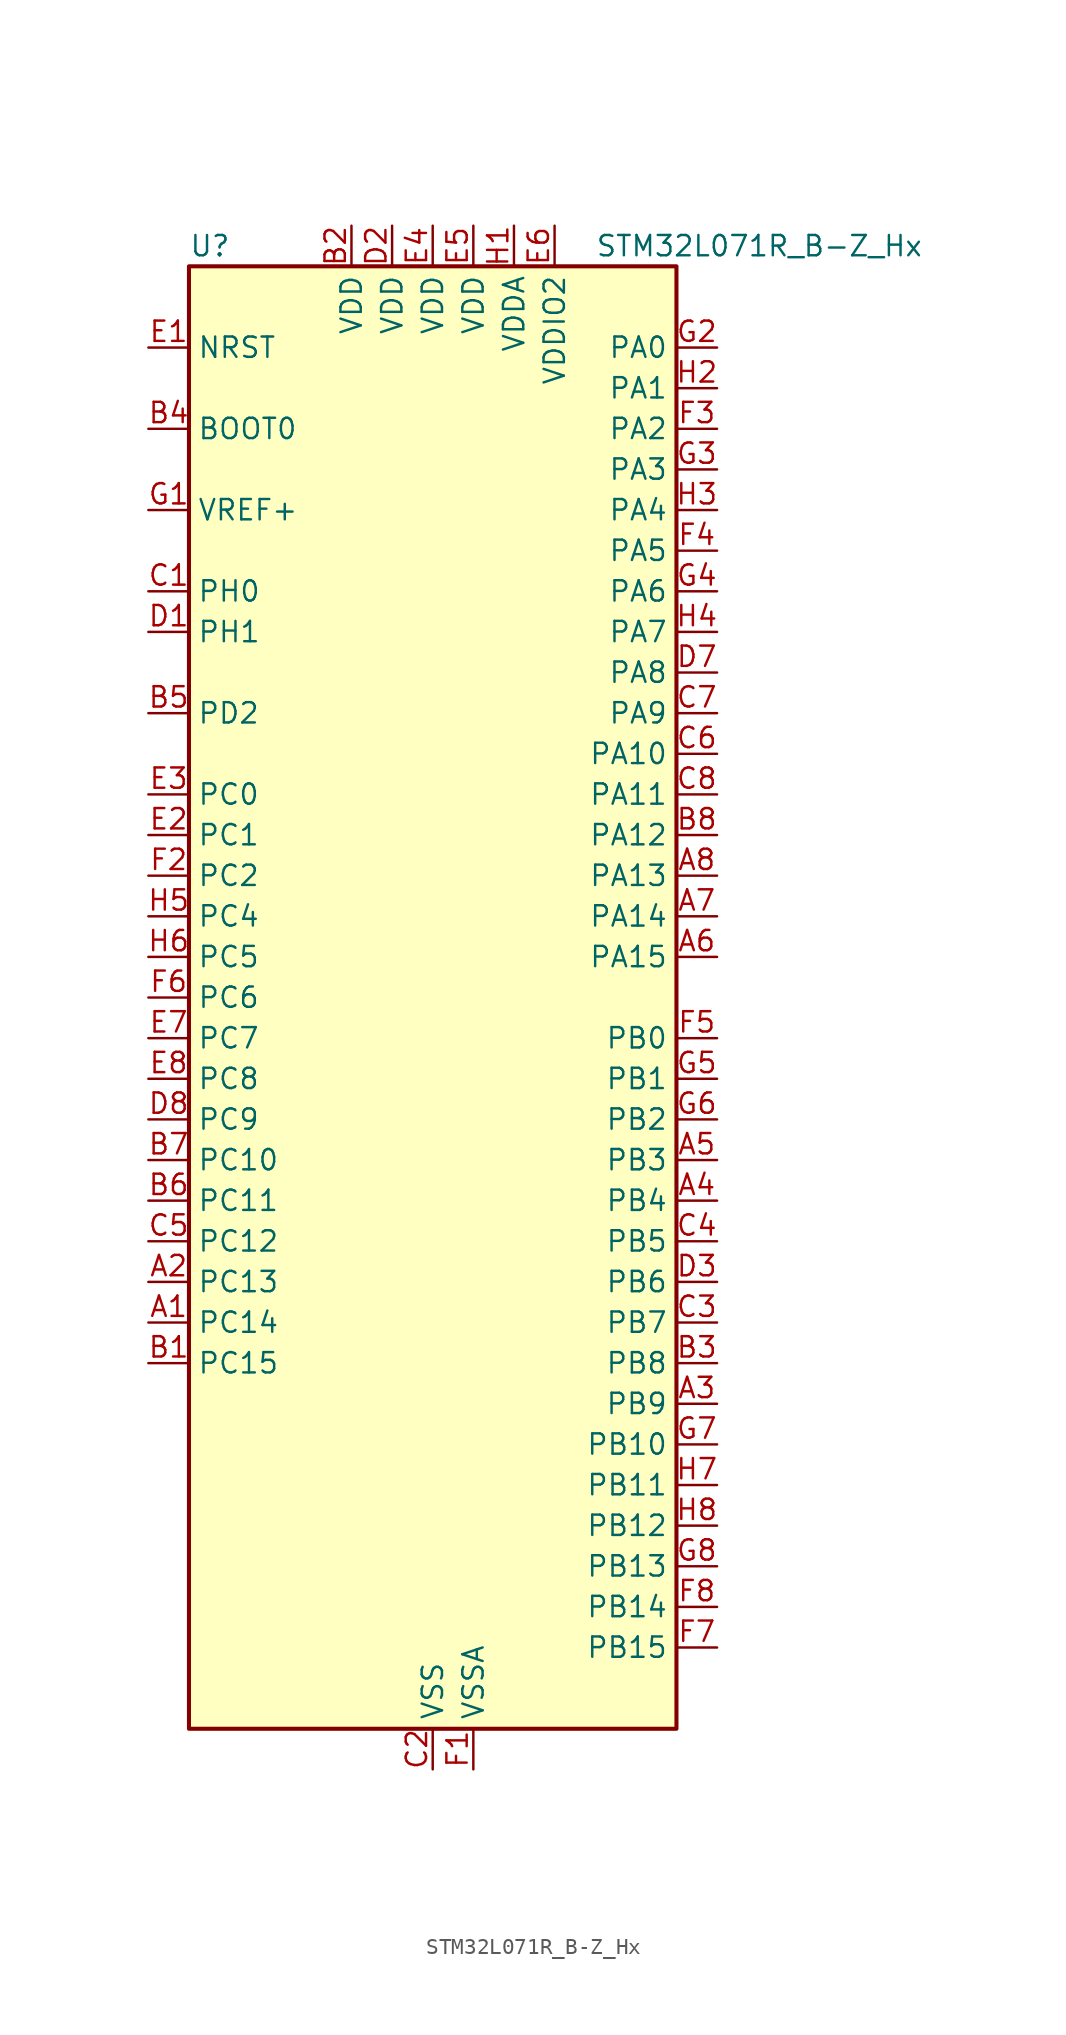
<source format=kicad_sym>
(kicad_symbol_lib
  (version 20241209)
  (generator "kicad_symbol_editor")
  (generator_version "9.0")
  (symbol "STM32L071R_B-Z_Hx"
    (property "Reference" "U"
      (at -15.24 46.99 0)
      (effects (font (size 1.27 1.27)) (justify left)))
    (property "Value" "STM32L071R_B-Z_Hx"
      (at 10.16 46.99 0)
      (effects (font (size 1.27 1.27)) (justify left)))
    (symbol "STM32L071R_B-Z_Hx_0_1"
      (rectangle (start -15.24 -45.72) (end 15.24 45.72) (stroke (width 0.254) (type default)) (fill (type background))))
    (symbol "STM32L071R_B-Z_Hx_1_1"
      (pin input line (at -17.78 40.64 0) (length 2.54) (name "NRST" (effects (font (size 1.27 1.27)))) (number "E1" (effects (font (size 1.27 1.27)))))
      (pin input line (at -17.78 35.56 0) (length 2.54) (name "BOOT0" (effects (font (size 1.27 1.27)))) (number "B4" (effects (font (size 1.27 1.27)))))
      (pin input line (at -17.78 30.48 0) (length 2.54) (name "VREF+" (effects (font (size 1.27 1.27)))) (number "G1" (effects (font (size 1.27 1.27)))))
      (pin bidirectional line (at -17.78 25.4 0) (length 2.54) (name "PH0" (effects (font (size 1.27 1.27)))) (number "C1" (effects (font (size 1.27 1.27)))) (alternate "RCC_OSC_IN" bidirectional line))
      (pin bidirectional line (at -17.78 22.86 0) (length 2.54) (name "PH1" (effects (font (size 1.27 1.27)))) (number "D1" (effects (font (size 1.27 1.27)))) (alternate "RCC_OSC_OUT" bidirectional line))
      (pin bidirectional line (at -17.78 17.78 0) (length 2.54) (name "PD2" (effects (font (size 1.27 1.27)))) (number "B5" (effects (font (size 1.27 1.27)))) (alternate "LPUART1_DE" bidirectional line) (alternate "LPUART1_RTS" bidirectional line) (alternate "TIM3_ETR" bidirectional line) (alternate "USART5_RX" bidirectional line))
      (pin bidirectional line (at -17.78 12.7 0) (length 2.54) (name "PC0" (effects (font (size 1.27 1.27)))) (number "E3" (effects (font (size 1.27 1.27)))) (alternate "ADC_IN10" bidirectional line) (alternate "I2C3_SCL" bidirectional line) (alternate "LPTIM1_IN1" bidirectional line) (alternate "LPUART1_RX" bidirectional line))
      (pin bidirectional line (at -17.78 10.16 0) (length 2.54) (name "PC1" (effects (font (size 1.27 1.27)))) (number "E2" (effects (font (size 1.27 1.27)))) (alternate "ADC_IN11" bidirectional line) (alternate "I2C3_SDA" bidirectional line) (alternate "LPTIM1_OUT" bidirectional line) (alternate "LPUART1_TX" bidirectional line))
      (pin bidirectional line (at -17.78 7.62 0) (length 2.54) (name "PC2" (effects (font (size 1.27 1.27)))) (number "F2" (effects (font (size 1.27 1.27)))) (alternate "ADC_IN12" bidirectional line) (alternate "I2S2_MCK" bidirectional line) (alternate "LPTIM1_IN2" bidirectional line) (alternate "SPI2_MISO" bidirectional line))
      (pin bidirectional line (at -17.78 5.08 0) (length 2.54) (name "PC4" (effects (font (size 1.27 1.27)))) (number "H5" (effects (font (size 1.27 1.27)))) (alternate "ADC_IN14" bidirectional line) (alternate "LPUART1_TX" bidirectional line))
      (pin bidirectional line (at -17.78 2.54 0) (length 2.54) (name "PC5" (effects (font (size 1.27 1.27)))) (number "H6" (effects (font (size 1.27 1.27)))) (alternate "ADC_IN15" bidirectional line) (alternate "LPUART1_RX" bidirectional line))
      (pin bidirectional line (at -17.78 0 0) (length 2.54) (name "PC6" (effects (font (size 1.27 1.27)))) (number "F6" (effects (font (size 1.27 1.27)))) (alternate "TIM22_CH1" bidirectional line) (alternate "TIM3_CH1" bidirectional line))
      (pin bidirectional line (at -17.78 -2.54 0) (length 2.54) (name "PC7" (effects (font (size 1.27 1.27)))) (number "E7" (effects (font (size 1.27 1.27)))) (alternate "TIM22_CH2" bidirectional line) (alternate "TIM3_CH2" bidirectional line))
      (pin bidirectional line (at -17.78 -5.08 0) (length 2.54) (name "PC8" (effects (font (size 1.27 1.27)))) (number "E8" (effects (font (size 1.27 1.27)))) (alternate "TIM22_ETR" bidirectional line) (alternate "TIM3_CH3" bidirectional line))
      (pin bidirectional line (at -17.78 -7.62 0) (length 2.54) (name "PC9" (effects (font (size 1.27 1.27)))) (number "D8" (effects (font (size 1.27 1.27)))) (alternate "I2C3_SDA" bidirectional line) (alternate "TIM21_ETR" bidirectional line) (alternate "TIM3_CH4" bidirectional line))
      (pin bidirectional line (at -17.78 -10.16 0) (length 2.54) (name "PC10" (effects (font (size 1.27 1.27)))) (number "B7" (effects (font (size 1.27 1.27)))) (alternate "LPUART1_TX" bidirectional line) (alternate "USART4_TX" bidirectional line))
      (pin bidirectional line (at -17.78 -12.7 0) (length 2.54) (name "PC11" (effects (font (size 1.27 1.27)))) (number "B6" (effects (font (size 1.27 1.27)))) (alternate "ADC_EXTI11" bidirectional line) (alternate "LPUART1_RX" bidirectional line) (alternate "USART4_RX" bidirectional line))
      (pin bidirectional line (at -17.78 -15.24 0) (length 2.54) (name "PC12" (effects (font (size 1.27 1.27)))) (number "C5" (effects (font (size 1.27 1.27)))) (alternate "USART4_CK" bidirectional line) (alternate "USART5_TX" bidirectional line))
      (pin bidirectional line (at -17.78 -17.78 0) (length 2.54) (name "PC13" (effects (font (size 1.27 1.27)))) (number "A2" (effects (font (size 1.27 1.27)))) (alternate "RTC_OUT_ALARM" bidirectional line) (alternate "RTC_OUT_CALIB" bidirectional line) (alternate "RTC_TAMP1" bidirectional line) (alternate "RTC_TS" bidirectional line) (alternate "SYS_WKUP2" bidirectional line))
      (pin bidirectional line (at -17.78 -20.32 0) (length 2.54) (name "PC14" (effects (font (size 1.27 1.27)))) (number "A1" (effects (font (size 1.27 1.27)))) (alternate "RCC_OSC32_IN" bidirectional line))
      (pin bidirectional line (at -17.78 -22.86 0) (length 2.54) (name "PC15" (effects (font (size 1.27 1.27)))) (number "B1" (effects (font (size 1.27 1.27)))) (alternate "RCC_OSC32_OUT" bidirectional line))
      (pin power_in line (at -5.08 48.26 270) (length 2.54) (name "VDD" (effects (font (size 1.27 1.27)))) (number "B2" (effects (font (size 1.27 1.27)))))
      (pin power_in line (at -2.54 48.26 270) (length 2.54) (name "VDD" (effects (font (size 1.27 1.27)))) (number "D2" (effects (font (size 1.27 1.27)))))
      (pin power_in line (at 0 48.26 270) (length 2.54) (name "VDD" (effects (font (size 1.27 1.27)))) (number "E4" (effects (font (size 1.27 1.27)))))
      (pin power_in line (at 0 -48.26 90) (length 2.54) (name "VSS" (effects (font (size 1.27 1.27)))) (number "C2" (effects (font (size 1.27 1.27)))))
      (pin passive line (at 0 -48.26 90) (length 2.54) (hide yes) (name "VSS" (effects (font (size 1.27 1.27)))) (number "D4" (effects (font (size 1.27 1.27)))))
      (pin passive line (at 0 -48.26 90) (length 2.54) (hide yes) (name "VSS" (effects (font (size 1.27 1.27)))) (number "D5" (effects (font (size 1.27 1.27)))))
      (pin passive line (at 0 -48.26 90) (length 2.54) (hide yes) (name "VSS" (effects (font (size 1.27 1.27)))) (number "D6" (effects (font (size 1.27 1.27)))))
      (pin power_in line (at 2.54 48.26 270) (length 2.54) (name "VDD" (effects (font (size 1.27 1.27)))) (number "E5" (effects (font (size 1.27 1.27)))))
      (pin power_in line (at 2.54 -48.26 90) (length 2.54) (name "VSSA" (effects (font (size 1.27 1.27)))) (number "F1" (effects (font (size 1.27 1.27)))))
      (pin power_in line (at 5.08 48.26 270) (length 2.54) (name "VDDA" (effects (font (size 1.27 1.27)))) (number "H1" (effects (font (size 1.27 1.27)))))
      (pin power_in line (at 7.62 48.26 270) (length 2.54) (name "VDDIO2" (effects (font (size 1.27 1.27)))) (number "E6" (effects (font (size 1.27 1.27)))))
      (pin bidirectional line (at 17.78 40.64 180) (length 2.54) (name "PA0" (effects (font (size 1.27 1.27)))) (number "G2" (effects (font (size 1.27 1.27)))) (alternate "ADC_IN0" bidirectional line) (alternate "COMP1_INM" bidirectional line) (alternate "COMP1_OUT" bidirectional line) (alternate "RTC_TAMP2" bidirectional line) (alternate "SYS_WKUP1" bidirectional line) (alternate "TIM2_CH1" bidirectional line) (alternate "TIM2_ETR" bidirectional line) (alternate "USART2_CTS" bidirectional line) (alternate "USART4_TX" bidirectional line))
      (pin bidirectional line (at 17.78 38.1 180) (length 2.54) (name "PA1" (effects (font (size 1.27 1.27)))) (number "H2" (effects (font (size 1.27 1.27)))) (alternate "ADC_IN1" bidirectional line) (alternate "COMP1_INP" bidirectional line) (alternate "TIM21_ETR" bidirectional line) (alternate "TIM2_CH2" bidirectional line) (alternate "USART2_DE" bidirectional line) (alternate "USART2_RTS" bidirectional line) (alternate "USART4_RX" bidirectional line))
      (pin bidirectional line (at 17.78 35.56 180) (length 2.54) (name "PA2" (effects (font (size 1.27 1.27)))) (number "F3" (effects (font (size 1.27 1.27)))) (alternate "ADC_IN2" bidirectional line) (alternate "COMP2_INM" bidirectional line) (alternate "COMP2_OUT" bidirectional line) (alternate "LPUART1_TX" bidirectional line) (alternate "TIM21_CH1" bidirectional line) (alternate "TIM2_CH3" bidirectional line) (alternate "USART2_TX" bidirectional line))
      (pin bidirectional line (at 17.78 33.02 180) (length 2.54) (name "PA3" (effects (font (size 1.27 1.27)))) (number "G3" (effects (font (size 1.27 1.27)))) (alternate "ADC_IN3" bidirectional line) (alternate "COMP2_INP" bidirectional line) (alternate "LPUART1_RX" bidirectional line) (alternate "TIM21_CH2" bidirectional line) (alternate "TIM2_CH4" bidirectional line) (alternate "USART2_RX" bidirectional line))
      (pin bidirectional line (at 17.78 30.48 180) (length 2.54) (name "PA4" (effects (font (size 1.27 1.27)))) (number "H3" (effects (font (size 1.27 1.27)))) (alternate "ADC_IN4" bidirectional line) (alternate "COMP1_INM" bidirectional line) (alternate "COMP2_INM" bidirectional line) (alternate "SPI1_NSS" bidirectional line) (alternate "TIM22_ETR" bidirectional line) (alternate "USART2_CK" bidirectional line))
      (pin bidirectional line (at 17.78 27.94 180) (length 2.54) (name "PA5" (effects (font (size 1.27 1.27)))) (number "F4" (effects (font (size 1.27 1.27)))) (alternate "ADC_IN5" bidirectional line) (alternate "COMP1_INM" bidirectional line) (alternate "COMP2_INM" bidirectional line) (alternate "SPI1_SCK" bidirectional line) (alternate "TIM2_CH1" bidirectional line) (alternate "TIM2_ETR" bidirectional line))
      (pin bidirectional line (at 17.78 25.4 180) (length 2.54) (name "PA6" (effects (font (size 1.27 1.27)))) (number "G4" (effects (font (size 1.27 1.27)))) (alternate "ADC_IN6" bidirectional line) (alternate "COMP1_OUT" bidirectional line) (alternate "LPUART1_CTS" bidirectional line) (alternate "SPI1_MISO" bidirectional line) (alternate "TIM22_CH1" bidirectional line) (alternate "TIM3_CH1" bidirectional line))
      (pin bidirectional line (at 17.78 22.86 180) (length 2.54) (name "PA7" (effects (font (size 1.27 1.27)))) (number "H4" (effects (font (size 1.27 1.27)))) (alternate "ADC_IN7" bidirectional line) (alternate "COMP2_OUT" bidirectional line) (alternate "SPI1_MOSI" bidirectional line) (alternate "TIM22_CH2" bidirectional line) (alternate "TIM3_CH2" bidirectional line))
      (pin bidirectional line (at 17.78 20.32 180) (length 2.54) (name "PA8" (effects (font (size 1.27 1.27)))) (number "D7" (effects (font (size 1.27 1.27)))) (alternate "I2C3_SCL" bidirectional line) (alternate "RCC_MCO" bidirectional line) (alternate "USART1_CK" bidirectional line))
      (pin bidirectional line (at 17.78 17.78 180) (length 2.54) (name "PA9" (effects (font (size 1.27 1.27)))) (number "C7" (effects (font (size 1.27 1.27)))) (alternate "I2C1_SCL" bidirectional line) (alternate "I2C3_SMBA" bidirectional line) (alternate "RCC_MCO" bidirectional line) (alternate "USART1_TX" bidirectional line))
      (pin bidirectional line (at 17.78 15.24 180) (length 2.54) (name "PA10" (effects (font (size 1.27 1.27)))) (number "C6" (effects (font (size 1.27 1.27)))) (alternate "I2C1_SDA" bidirectional line) (alternate "USART1_RX" bidirectional line))
      (pin bidirectional line (at 17.78 12.7 180) (length 2.54) (name "PA11" (effects (font (size 1.27 1.27)))) (number "C8" (effects (font (size 1.27 1.27)))) (alternate "ADC_EXTI11" bidirectional line) (alternate "COMP1_OUT" bidirectional line) (alternate "SPI1_MISO" bidirectional line) (alternate "USART1_CTS" bidirectional line))
      (pin bidirectional line (at 17.78 10.16 180) (length 2.54) (name "PA12" (effects (font (size 1.27 1.27)))) (number "B8" (effects (font (size 1.27 1.27)))) (alternate "COMP2_OUT" bidirectional line) (alternate "SPI1_MOSI" bidirectional line) (alternate "USART1_DE" bidirectional line) (alternate "USART1_RTS" bidirectional line))
      (pin bidirectional line (at 17.78 7.62 180) (length 2.54) (name "PA13" (effects (font (size 1.27 1.27)))) (number "A8" (effects (font (size 1.27 1.27)))) (alternate "LPUART1_RX" bidirectional line) (alternate "SYS_SWDIO" bidirectional line))
      (pin bidirectional line (at 17.78 5.08 180) (length 2.54) (name "PA14" (effects (font (size 1.27 1.27)))) (number "A7" (effects (font (size 1.27 1.27)))) (alternate "LPUART1_TX" bidirectional line) (alternate "SYS_SWCLK" bidirectional line) (alternate "USART2_TX" bidirectional line))
      (pin bidirectional line (at 17.78 2.54 180) (length 2.54) (name "PA15" (effects (font (size 1.27 1.27)))) (number "A6" (effects (font (size 1.27 1.27)))) (alternate "SPI1_NSS" bidirectional line) (alternate "TIM2_CH1" bidirectional line) (alternate "TIM2_ETR" bidirectional line) (alternate "USART2_RX" bidirectional line) (alternate "USART4_DE" bidirectional line) (alternate "USART4_RTS" bidirectional line))
      (pin bidirectional line (at 17.78 -2.54 180) (length 2.54) (name "PB0" (effects (font (size 1.27 1.27)))) (number "F5" (effects (font (size 1.27 1.27)))) (alternate "ADC_IN8" bidirectional line) (alternate "SYS_VREF_OUT_PB0" bidirectional line) (alternate "TIM3_CH3" bidirectional line))
      (pin bidirectional line (at 17.78 -5.08 180) (length 2.54) (name "PB1" (effects (font (size 1.27 1.27)))) (number "G5" (effects (font (size 1.27 1.27)))) (alternate "ADC_IN9" bidirectional line) (alternate "LPUART1_DE" bidirectional line) (alternate "LPUART1_RTS" bidirectional line) (alternate "SYS_VREF_OUT_PB1" bidirectional line) (alternate "TIM3_CH4" bidirectional line))
      (pin bidirectional line (at 17.78 -7.62 180) (length 2.54) (name "PB2" (effects (font (size 1.27 1.27)))) (number "G6" (effects (font (size 1.27 1.27)))) (alternate "I2C3_SMBA" bidirectional line) (alternate "LPTIM1_OUT" bidirectional line))
      (pin bidirectional line (at 17.78 -10.16 180) (length 2.54) (name "PB3" (effects (font (size 1.27 1.27)))) (number "A5" (effects (font (size 1.27 1.27)))) (alternate "COMP2_INM" bidirectional line) (alternate "SPI1_SCK" bidirectional line) (alternate "TIM2_CH2" bidirectional line) (alternate "USART1_DE" bidirectional line) (alternate "USART1_RTS" bidirectional line) (alternate "USART5_TX" bidirectional line))
      (pin bidirectional line (at 17.78 -12.7 180) (length 2.54) (name "PB4" (effects (font (size 1.27 1.27)))) (number "A4" (effects (font (size 1.27 1.27)))) (alternate "COMP2_INP" bidirectional line) (alternate "I2C3_SDA" bidirectional line) (alternate "SPI1_MISO" bidirectional line) (alternate "TIM22_CH1" bidirectional line) (alternate "TIM3_CH1" bidirectional line) (alternate "USART1_CTS" bidirectional line) (alternate "USART5_RX" bidirectional line))
      (pin bidirectional line (at 17.78 -15.24 180) (length 2.54) (name "PB5" (effects (font (size 1.27 1.27)))) (number "C4" (effects (font (size 1.27 1.27)))) (alternate "COMP2_INP" bidirectional line) (alternate "I2C1_SMBA" bidirectional line) (alternate "LPTIM1_IN1" bidirectional line) (alternate "SPI1_MOSI" bidirectional line) (alternate "TIM22_CH2" bidirectional line) (alternate "TIM3_CH2" bidirectional line) (alternate "USART1_CK" bidirectional line) (alternate "USART5_CK" bidirectional line) (alternate "USART5_DE" bidirectional line) (alternate "USART5_RTS" bidirectional line))
      (pin bidirectional line (at 17.78 -17.78 180) (length 2.54) (name "PB6" (effects (font (size 1.27 1.27)))) (number "D3" (effects (font (size 1.27 1.27)))) (alternate "COMP2_INP" bidirectional line) (alternate "I2C1_SCL" bidirectional line) (alternate "LPTIM1_ETR" bidirectional line) (alternate "USART1_TX" bidirectional line))
      (pin bidirectional line (at 17.78 -20.32 180) (length 2.54) (name "PB7" (effects (font (size 1.27 1.27)))) (number "C3" (effects (font (size 1.27 1.27)))) (alternate "COMP2_INP" bidirectional line) (alternate "I2C1_SDA" bidirectional line) (alternate "LPTIM1_IN2" bidirectional line) (alternate "SYS_PVD_IN" bidirectional line) (alternate "USART1_RX" bidirectional line) (alternate "USART4_CTS" bidirectional line))
      (pin bidirectional line (at 17.78 -22.86 180) (length 2.54) (name "PB8" (effects (font (size 1.27 1.27)))) (number "B3" (effects (font (size 1.27 1.27)))) (alternate "I2C1_SCL" bidirectional line))
      (pin bidirectional line (at 17.78 -25.4 180) (length 2.54) (name "PB9" (effects (font (size 1.27 1.27)))) (number "A3" (effects (font (size 1.27 1.27)))) (alternate "I2C1_SDA" bidirectional line) (alternate "I2S2_WS" bidirectional line) (alternate "SPI2_NSS" bidirectional line))
      (pin bidirectional line (at 17.78 -27.94 180) (length 2.54) (name "PB10" (effects (font (size 1.27 1.27)))) (number "G7" (effects (font (size 1.27 1.27)))) (alternate "I2C2_SCL" bidirectional line) (alternate "LPUART1_RX" bidirectional line) (alternate "LPUART1_TX" bidirectional line) (alternate "SPI2_SCK" bidirectional line) (alternate "TIM2_CH3" bidirectional line))
      (pin bidirectional line (at 17.78 -30.48 180) (length 2.54) (name "PB11" (effects (font (size 1.27 1.27)))) (number "H7" (effects (font (size 1.27 1.27)))) (alternate "ADC_EXTI11" bidirectional line) (alternate "I2C2_SDA" bidirectional line) (alternate "LPUART1_RX" bidirectional line) (alternate "LPUART1_TX" bidirectional line) (alternate "TIM2_CH4" bidirectional line))
      (pin bidirectional line (at 17.78 -33.02 180) (length 2.54) (name "PB12" (effects (font (size 1.27 1.27)))) (number "H8" (effects (font (size 1.27 1.27)))) (alternate "I2S2_WS" bidirectional line) (alternate "LPUART1_DE" bidirectional line) (alternate "LPUART1_RTS" bidirectional line) (alternate "SPI2_NSS" bidirectional line))
      (pin bidirectional line (at 17.78 -35.56 180) (length 2.54) (name "PB13" (effects (font (size 1.27 1.27)))) (number "G8" (effects (font (size 1.27 1.27)))) (alternate "I2C2_SCL" bidirectional line) (alternate "I2S2_CK" bidirectional line) (alternate "LPUART1_CTS" bidirectional line) (alternate "RCC_MCO" bidirectional line) (alternate "SPI2_SCK" bidirectional line) (alternate "TIM21_CH1" bidirectional line))
      (pin bidirectional line (at 17.78 -38.1 180) (length 2.54) (name "PB14" (effects (font (size 1.27 1.27)))) (number "F8" (effects (font (size 1.27 1.27)))) (alternate "I2C2_SDA" bidirectional line) (alternate "I2S2_MCK" bidirectional line) (alternate "LPUART1_DE" bidirectional line) (alternate "LPUART1_RTS" bidirectional line) (alternate "RTC_OUT_ALARM" bidirectional line) (alternate "RTC_OUT_CALIB" bidirectional line) (alternate "SPI2_MISO" bidirectional line) (alternate "TIM21_CH2" bidirectional line))
      (pin bidirectional line (at 17.78 -40.64 180) (length 2.54) (name "PB15" (effects (font (size 1.27 1.27)))) (number "F7" (effects (font (size 1.27 1.27)))) (alternate "I2S2_SD" bidirectional line) (alternate "RTC_REFIN" bidirectional line) (alternate "SPI2_MOSI" bidirectional line)))))
</source>
